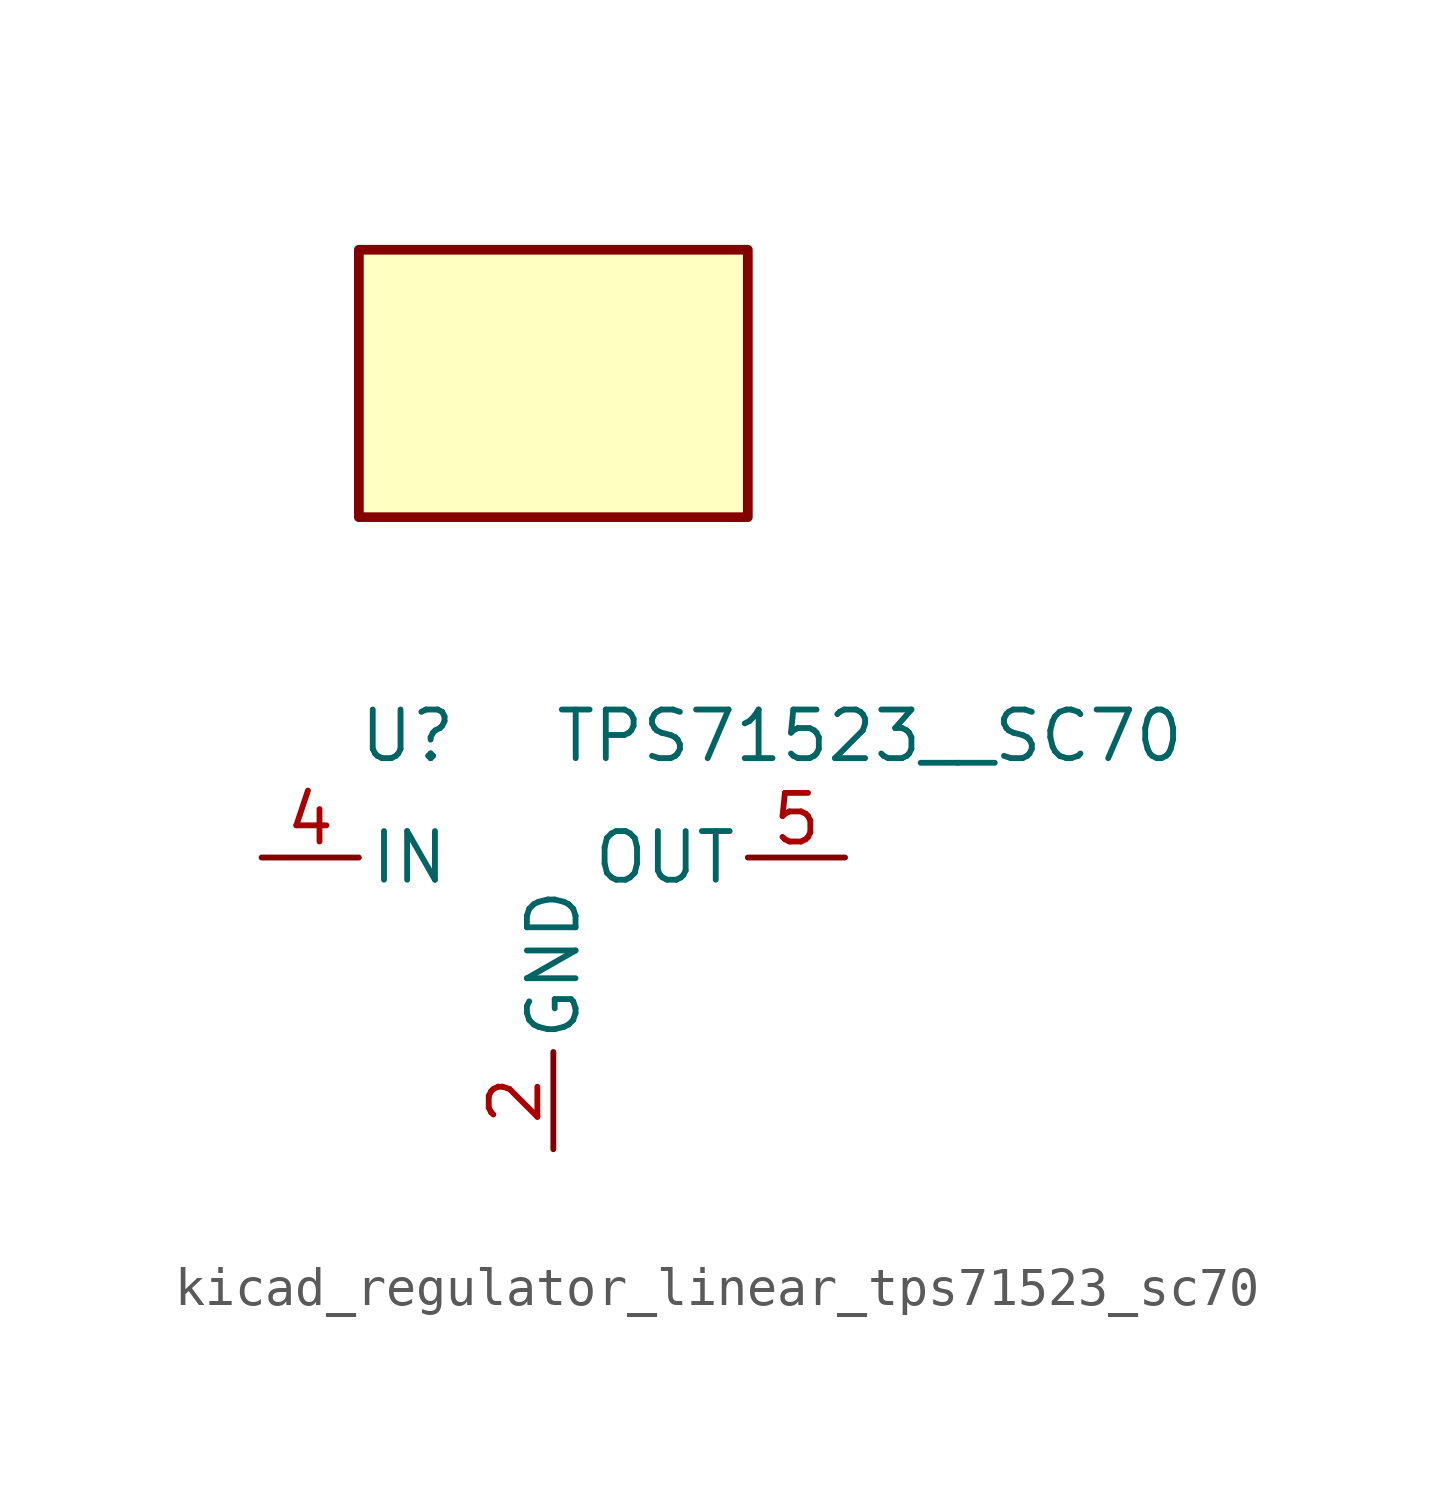
<source format=kicad_sym>
(kicad_symbol_lib
  (version 20220914)
  (generator kicad_symbol_editor)
  (symbol "kicad_regulator_linear_tps71523_sc70"
    (pin_names
      (offset 0.254))
    (property "Reference" "U"
      (at -3.81 3.175 0)
      (effects (font (size 1.27 1.27))))
    (property "Value" "TPS71523__SC70"
      (at 0 3.175 0)
      (effects (font (size 1.27 1.27)) (justify left)))
    (symbol "kicad_regulator_linear_tps71523_sc70_0_1"
      (rectangle (start 5.08 15.875) (end -5.08 8.89) (stroke (width 0.254) (type default)) (fill (type background))))
    (symbol "kicad_regulator_linear_tps71523_sc70_1_1"
      (pin no_connect line (at 5.08 -2.54 180) (length 2.54) hide (name "NC" (effects (font (size 1.27 1.27)))) (number "1" (effects (font (size 1.27 1.27)))))
      (pin power_in line (at 0 -7.62 90) (length 2.54) (name "GND" (effects (font (size 1.27 1.27)))) (number "2" (effects (font (size 1.27 1.27)))))
      (pin no_connect line (at -5.08 -2.54 0) (length 2.54) hide (name "NC" (effects (font (size 1.27 1.27)))) (number "3" (effects (font (size 1.27 1.27)))))
      (pin power_in line (at -7.62 0 0) (length 2.54) (name "IN" (effects (font (size 1.27 1.27)))) (number "4" (effects (font (size 1.27 1.27)))))
      (pin power_out line (at 7.62 0 180) (length 2.54) (name "OUT" (effects (font (size 1.27 1.27)))) (number "5" (effects (font (size 1.27 1.27))))))))
</source>
